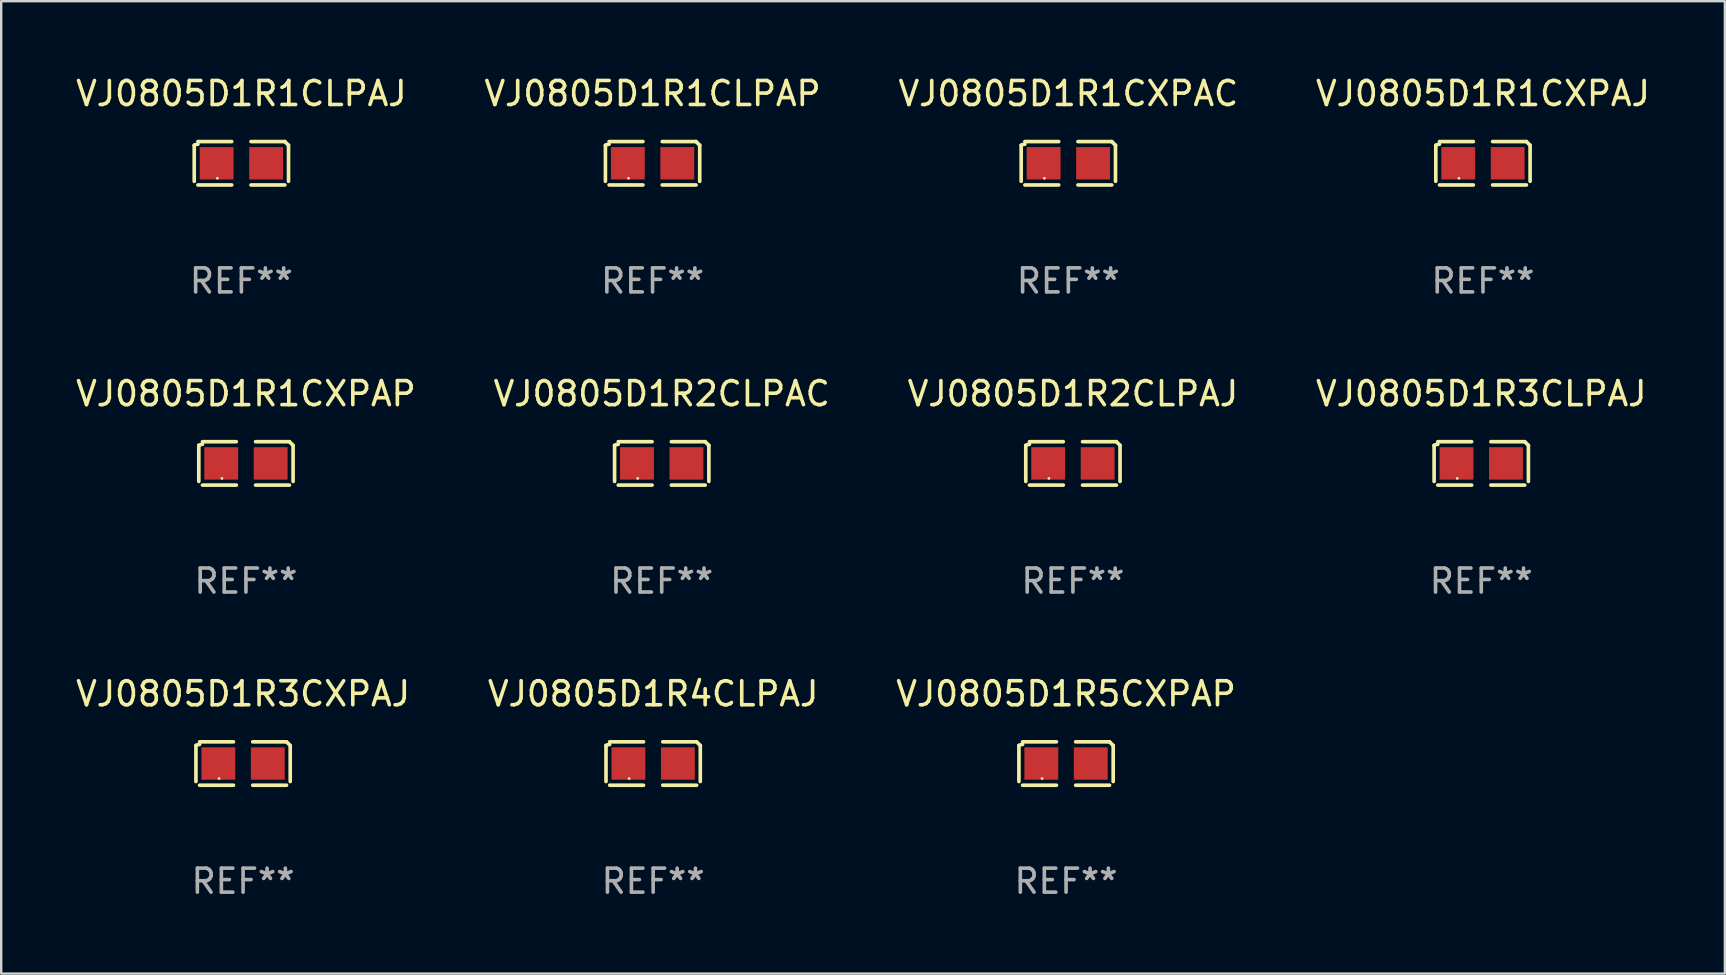
<source format=kicad_pcb>
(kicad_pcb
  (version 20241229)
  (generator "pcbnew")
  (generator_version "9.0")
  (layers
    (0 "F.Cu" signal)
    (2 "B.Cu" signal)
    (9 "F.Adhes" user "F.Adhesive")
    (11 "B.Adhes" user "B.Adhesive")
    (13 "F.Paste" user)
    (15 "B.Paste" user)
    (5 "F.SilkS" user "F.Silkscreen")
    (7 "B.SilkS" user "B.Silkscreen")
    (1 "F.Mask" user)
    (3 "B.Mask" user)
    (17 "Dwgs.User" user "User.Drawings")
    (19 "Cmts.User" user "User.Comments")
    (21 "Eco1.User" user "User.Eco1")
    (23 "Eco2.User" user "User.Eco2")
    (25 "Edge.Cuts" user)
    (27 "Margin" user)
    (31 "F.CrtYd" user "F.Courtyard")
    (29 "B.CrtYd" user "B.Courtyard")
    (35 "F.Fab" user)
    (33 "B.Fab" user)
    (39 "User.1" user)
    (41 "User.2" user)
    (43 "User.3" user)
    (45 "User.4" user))
  (footprint "VJ0805D1R1CXPAP"
    (layer "F.Cu")
    (at 7.196 16.256)
    (property "Reference" "VJ0805D1R1CXPAP" (at 0 -2.904 0) (layer "F.SilkS") (effects (font (size 1 1) (thickness 0.15))))
    (attr through_hole)
    (fp_line (start -1.964 0.751) (end -1.964 -0.751) (stroke (width 0.152) (type solid)) (layer "F.SilkS"))
    (fp_line (start -1.811 -0.904) (end -0.401 -0.904) (stroke (width 0.152) (type solid)) (layer "F.SilkS"))
    (fp_line (start -0.401 0.904) (end -1.811 0.904) (stroke (width 0.152) (type solid)) (layer "F.SilkS"))
    (fp_line (start 0.401 0.904) (end 1.811 0.904) (stroke (width 0.152) (type solid)) (layer "F.SilkS"))
    (fp_line (start 1.811 -0.904) (end 0.401 -0.904) (stroke (width 0.152) (type solid)) (layer "F.SilkS"))
    (fp_line (start 1.964 0.751) (end 1.964 -0.751) (stroke (width 0.152) (type solid)) (layer "F.SilkS"))
    (fp_arc (start -1.963602 -0.751207) (mid -1.890354 -0.783131) (end -1.811201 -0.794044) (stroke (width 0.1524) (type solid)) (layer "F.SilkS"))
    (fp_arc (start 1.811202 -0.903607) (mid 1.887413 -0.827418) (end 1.963602 -0.751207) (stroke (width 0.1524) (type solid)) (layer "F.SilkS"))
    (fp_circle (center -1 0.625) (end -0.97 0.625) (stroke (width 0.06) (type solid)) (fill no) (layer "F.SilkS"))
    (fp_text user "REF**" (at 0 4.904 0) (layer "F.Fab") (effects (font (size 1 1) (thickness 0.15))))
    (pad "1" smd rect (at -1.03 0) (size 1.41 1.35) (layers "F.Cu" "F.Mask" "F.Paste"))
    (pad "2" smd rect (at 1.03 0) (size 1.41 1.35) (layers "F.Cu" "F.Mask" "F.Paste")))
  (footprint "VJ0805D1R1CLPAP"
    (layer "F.Cu")
    (at 24.137 3.752)
    (property "Reference" "VJ0805D1R1CLPAP" (at 0 -2.904 0) (layer "F.SilkS") (effects (font (size 1 1) (thickness 0.15))))
    (attr through_hole)
    (fp_line (start -1.964 0.751) (end -1.964 -0.751) (stroke (width 0.152) (type solid)) (layer "F.SilkS"))
    (fp_line (start -1.811 -0.904) (end -0.401 -0.904) (stroke (width 0.152) (type solid)) (layer "F.SilkS"))
    (fp_line (start -0.401 0.904) (end -1.811 0.904) (stroke (width 0.152) (type solid)) (layer "F.SilkS"))
    (fp_line (start 0.401 0.904) (end 1.811 0.904) (stroke (width 0.152) (type solid)) (layer "F.SilkS"))
    (fp_line (start 1.811 -0.904) (end 0.401 -0.904) (stroke (width 0.152) (type solid)) (layer "F.SilkS"))
    (fp_line (start 1.964 0.751) (end 1.964 -0.751) (stroke (width 0.152) (type solid)) (layer "F.SilkS"))
    (fp_arc (start -1.963602 -0.751207) (mid -1.890354 -0.783131) (end -1.811201 -0.794044) (stroke (width 0.1524) (type solid)) (layer "F.SilkS"))
    (fp_arc (start 1.811202 -0.903607) (mid 1.887413 -0.827418) (end 1.963602 -0.751207) (stroke (width 0.1524) (type solid)) (layer "F.SilkS"))
    (fp_circle (center -1 0.625) (end -0.97 0.625) (stroke (width 0.06) (type solid)) (fill no) (layer "F.SilkS"))
    (fp_text user "REF**" (at 0 4.904 0) (layer "F.Fab") (effects (font (size 1 1) (thickness 0.15))))
    (pad "1" smd rect (at -1.03 0) (size 1.41 1.35) (layers "F.Cu" "F.Mask" "F.Paste"))
    (pad "2" smd rect (at 1.03 0) (size 1.41 1.35) (layers "F.Cu" "F.Mask" "F.Paste")))
  (footprint "VJ0805D1R3CXPAJ"
    (layer "F.Cu")
    (at 7.077 28.759)
    (property "Reference" "VJ0805D1R3CXPAJ" (at 0 -2.904 0) (layer "F.SilkS") (effects (font (size 1 1) (thickness 0.15))))
    (attr through_hole)
    (fp_line (start -1.964 0.751) (end -1.964 -0.751) (stroke (width 0.152) (type solid)) (layer "F.SilkS"))
    (fp_line (start -1.811 -0.904) (end -0.401 -0.904) (stroke (width 0.152) (type solid)) (layer "F.SilkS"))
    (fp_line (start -0.401 0.904) (end -1.811 0.904) (stroke (width 0.152) (type solid)) (layer "F.SilkS"))
    (fp_line (start 0.401 0.904) (end 1.811 0.904) (stroke (width 0.152) (type solid)) (layer "F.SilkS"))
    (fp_line (start 1.811 -0.904) (end 0.401 -0.904) (stroke (width 0.152) (type solid)) (layer "F.SilkS"))
    (fp_line (start 1.964 0.751) (end 1.964 -0.751) (stroke (width 0.152) (type solid)) (layer "F.SilkS"))
    (fp_arc (start -1.963602 -0.751207) (mid -1.890354 -0.783131) (end -1.811201 -0.794044) (stroke (width 0.1524) (type solid)) (layer "F.SilkS"))
    (fp_arc (start 1.811202 -0.903607) (mid 1.887413 -0.827418) (end 1.963602 -0.751207) (stroke (width 0.1524) (type solid)) (layer "F.SilkS"))
    (fp_circle (center -1 0.625) (end -0.97 0.625) (stroke (width 0.06) (type solid)) (fill no) (layer "F.SilkS"))
    (fp_text user "REF**" (at 0 4.904 0) (layer "F.Fab") (effects (font (size 1 1) (thickness 0.15))))
    (pad "1" smd rect (at -1.03 0) (size 1.41 1.35) (layers "F.Cu" "F.Mask" "F.Paste"))
    (pad "2" smd rect (at 1.03 0) (size 1.41 1.35) (layers "F.Cu" "F.Mask" "F.Paste")))
  (footprint "VJ0805D1R4CLPAJ"
    (layer "F.Cu")
    (at 24.161 28.759)
    (property "Reference" "VJ0805D1R4CLPAJ" (at 0 -2.904 0) (layer "F.SilkS") (effects (font (size 1 1) (thickness 0.15))))
    (attr through_hole)
    (fp_line (start -1.964 0.751) (end -1.964 -0.751) (stroke (width 0.152) (type solid)) (layer "F.SilkS"))
    (fp_line (start -1.811 -0.904) (end -0.401 -0.904) (stroke (width 0.152) (type solid)) (layer "F.SilkS"))
    (fp_line (start -0.401 0.904) (end -1.811 0.904) (stroke (width 0.152) (type solid)) (layer "F.SilkS"))
    (fp_line (start 0.401 0.904) (end 1.811 0.904) (stroke (width 0.152) (type solid)) (layer "F.SilkS"))
    (fp_line (start 1.811 -0.904) (end 0.401 -0.904) (stroke (width 0.152) (type solid)) (layer "F.SilkS"))
    (fp_line (start 1.964 0.751) (end 1.964 -0.751) (stroke (width 0.152) (type solid)) (layer "F.SilkS"))
    (fp_arc (start -1.963602 -0.751207) (mid -1.890354 -0.783131) (end -1.811201 -0.794044) (stroke (width 0.1524) (type solid)) (layer "F.SilkS"))
    (fp_arc (start 1.811202 -0.903607) (mid 1.887413 -0.827418) (end 1.963602 -0.751207) (stroke (width 0.1524) (type solid)) (layer "F.SilkS"))
    (fp_circle (center -1 0.625) (end -0.97 0.625) (stroke (width 0.06) (type solid)) (fill no) (layer "F.SilkS"))
    (fp_text user "REF**" (at 0 4.904 0) (layer "F.Fab") (effects (font (size 1 1) (thickness 0.15))))
    (pad "1" smd rect (at -1.03 0) (size 1.41 1.35) (layers "F.Cu" "F.Mask" "F.Paste"))
    (pad "2" smd rect (at 1.03 0) (size 1.41 1.35) (layers "F.Cu" "F.Mask" "F.Paste")))
  (footprint "VJ0805D1R5CXPAP"
    (layer "F.Cu")
    (at 41.363 28.759)
    (property "Reference" "VJ0805D1R5CXPAP" (at 0 -2.904 0) (layer "F.SilkS") (effects (font (size 1 1) (thickness 0.15))))
    (attr through_hole)
    (fp_line (start -1.964 0.751) (end -1.964 -0.751) (stroke (width 0.152) (type solid)) (layer "F.SilkS"))
    (fp_line (start -1.811 -0.904) (end -0.401 -0.904) (stroke (width 0.152) (type solid)) (layer "F.SilkS"))
    (fp_line (start -0.401 0.904) (end -1.811 0.904) (stroke (width 0.152) (type solid)) (layer "F.SilkS"))
    (fp_line (start 0.401 0.904) (end 1.811 0.904) (stroke (width 0.152) (type solid)) (layer "F.SilkS"))
    (fp_line (start 1.811 -0.904) (end 0.401 -0.904) (stroke (width 0.152) (type solid)) (layer "F.SilkS"))
    (fp_line (start 1.964 0.751) (end 1.964 -0.751) (stroke (width 0.152) (type solid)) (layer "F.SilkS"))
    (fp_arc (start -1.963602 -0.751207) (mid -1.890354 -0.783131) (end -1.811201 -0.794044) (stroke (width 0.1524) (type solid)) (layer "F.SilkS"))
    (fp_arc (start 1.811202 -0.903607) (mid 1.887413 -0.827418) (end 1.963602 -0.751207) (stroke (width 0.1524) (type solid)) (layer "F.SilkS"))
    (fp_circle (center -1 0.625) (end -0.97 0.625) (stroke (width 0.06) (type solid)) (fill no) (layer "F.SilkS"))
    (fp_text user "REF**" (at 0 4.904 0) (layer "F.Fab") (effects (font (size 1 1) (thickness 0.15))))
    (pad "1" smd rect (at -1.03 0) (size 1.41 1.35) (layers "F.Cu" "F.Mask" "F.Paste"))
    (pad "2" smd rect (at 1.03 0) (size 1.41 1.35) (layers "F.Cu" "F.Mask" "F.Paste")))
  (footprint "VJ0805D1R3CLPAJ"
    (layer "F.Cu")
    (at 58.661 16.256)
    (property "Reference" "VJ0805D1R3CLPAJ" (at 0 -2.904 0) (layer "F.SilkS") (effects (font (size 1 1) (thickness 0.15))))
    (attr through_hole)
    (fp_line (start -1.964 0.751) (end -1.964 -0.751) (stroke (width 0.152) (type solid)) (layer "F.SilkS"))
    (fp_line (start -1.811 -0.904) (end -0.401 -0.904) (stroke (width 0.152) (type solid)) (layer "F.SilkS"))
    (fp_line (start -0.401 0.904) (end -1.811 0.904) (stroke (width 0.152) (type solid)) (layer "F.SilkS"))
    (fp_line (start 0.401 0.904) (end 1.811 0.904) (stroke (width 0.152) (type solid)) (layer "F.SilkS"))
    (fp_line (start 1.811 -0.904) (end 0.401 -0.904) (stroke (width 0.152) (type solid)) (layer "F.SilkS"))
    (fp_line (start 1.964 0.751) (end 1.964 -0.751) (stroke (width 0.152) (type solid)) (layer "F.SilkS"))
    (fp_arc (start -1.963602 -0.751207) (mid -1.890354 -0.783131) (end -1.811201 -0.794044) (stroke (width 0.1524) (type solid)) (layer "F.SilkS"))
    (fp_arc (start 1.811202 -0.903607) (mid 1.887413 -0.827418) (end 1.963602 -0.751207) (stroke (width 0.1524) (type solid)) (layer "F.SilkS"))
    (fp_circle (center -1 0.625) (end -0.97 0.625) (stroke (width 0.06) (type solid)) (fill no) (layer "F.SilkS"))
    (fp_text user "REF**" (at 0 4.904 0) (layer "F.Fab") (effects (font (size 1 1) (thickness 0.15))))
    (pad "1" smd rect (at -1.03 0) (size 1.41 1.35) (layers "F.Cu" "F.Mask" "F.Paste"))
    (pad "2" smd rect (at 1.03 0) (size 1.41 1.35) (layers "F.Cu" "F.Mask" "F.Paste")))
  (footprint "VJ0805D1R1CXPAJ"
    (layer "F.Cu")
    (at 58.732 3.752)
    (property "Reference" "VJ0805D1R1CXPAJ" (at 0 -2.904 0) (layer "F.SilkS") (effects (font (size 1 1) (thickness 0.15))))
    (attr through_hole)
    (fp_line (start -1.964 0.751) (end -1.964 -0.751) (stroke (width 0.152) (type solid)) (layer "F.SilkS"))
    (fp_line (start -1.811 -0.904) (end -0.401 -0.904) (stroke (width 0.152) (type solid)) (layer "F.SilkS"))
    (fp_line (start -0.401 0.904) (end -1.811 0.904) (stroke (width 0.152) (type solid)) (layer "F.SilkS"))
    (fp_line (start 0.401 0.904) (end 1.811 0.904) (stroke (width 0.152) (type solid)) (layer "F.SilkS"))
    (fp_line (start 1.811 -0.904) (end 0.401 -0.904) (stroke (width 0.152) (type solid)) (layer "F.SilkS"))
    (fp_line (start 1.964 0.751) (end 1.964 -0.751) (stroke (width 0.152) (type solid)) (layer "F.SilkS"))
    (fp_arc (start -1.963602 -0.751207) (mid -1.890354 -0.783131) (end -1.811201 -0.794044) (stroke (width 0.1524) (type solid)) (layer "F.SilkS"))
    (fp_arc (start 1.811202 -0.903607) (mid 1.887413 -0.827418) (end 1.963602 -0.751207) (stroke (width 0.1524) (type solid)) (layer "F.SilkS"))
    (fp_circle (center -1 0.625) (end -0.97 0.625) (stroke (width 0.06) (type solid)) (fill no) (layer "F.SilkS"))
    (fp_text user "REF**" (at 0 4.904 0) (layer "F.Fab") (effects (font (size 1 1) (thickness 0.15))))
    (pad "1" smd rect (at -1.03 0) (size 1.41 1.35) (layers "F.Cu" "F.Mask" "F.Paste"))
    (pad "2" smd rect (at 1.03 0) (size 1.41 1.35) (layers "F.Cu" "F.Mask" "F.Paste")))
  (footprint "VJ0805D1R1CXPAC"
    (layer "F.Cu")
    (at 41.458 3.752)
    (property "Reference" "VJ0805D1R1CXPAC" (at 0 -2.904 0) (layer "F.SilkS") (effects (font (size 1 1) (thickness 0.15))))
    (attr through_hole)
    (fp_line (start -1.964 0.751) (end -1.964 -0.751) (stroke (width 0.152) (type solid)) (layer "F.SilkS"))
    (fp_line (start -1.811 -0.904) (end -0.401 -0.904) (stroke (width 0.152) (type solid)) (layer "F.SilkS"))
    (fp_line (start -0.401 0.904) (end -1.811 0.904) (stroke (width 0.152) (type solid)) (layer "F.SilkS"))
    (fp_line (start 0.401 0.904) (end 1.811 0.904) (stroke (width 0.152) (type solid)) (layer "F.SilkS"))
    (fp_line (start 1.811 -0.904) (end 0.401 -0.904) (stroke (width 0.152) (type solid)) (layer "F.SilkS"))
    (fp_line (start 1.964 0.751) (end 1.964 -0.751) (stroke (width 0.152) (type solid)) (layer "F.SilkS"))
    (fp_arc (start -1.963602 -0.751207) (mid -1.890354 -0.783131) (end -1.811201 -0.794044) (stroke (width 0.1524) (type solid)) (layer "F.SilkS"))
    (fp_arc (start 1.811202 -0.903607) (mid 1.887413 -0.827418) (end 1.963602 -0.751207) (stroke (width 0.1524) (type solid)) (layer "F.SilkS"))
    (fp_circle (center -1 0.625) (end -0.97 0.625) (stroke (width 0.06) (type solid)) (fill no) (layer "F.SilkS"))
    (fp_text user "REF**" (at 0 4.904 0) (layer "F.Fab") (effects (font (size 1 1) (thickness 0.15))))
    (pad "1" smd rect (at -1.03 0) (size 1.41 1.35) (layers "F.Cu" "F.Mask" "F.Paste"))
    (pad "2" smd rect (at 1.03 0) (size 1.41 1.35) (layers "F.Cu" "F.Mask" "F.Paste")))
  (footprint "VJ0805D1R2CLPAC"
    (layer "F.Cu")
    (at 24.518 16.256)
    (property "Reference" "VJ0805D1R2CLPAC" (at 0 -2.904 0) (layer "F.SilkS") (effects (font (size 1 1) (thickness 0.15))))
    (attr through_hole)
    (fp_line (start -1.964 0.751) (end -1.964 -0.751) (stroke (width 0.152) (type solid)) (layer "F.SilkS"))
    (fp_line (start -1.811 -0.904) (end -0.401 -0.904) (stroke (width 0.152) (type solid)) (layer "F.SilkS"))
    (fp_line (start -0.401 0.904) (end -1.811 0.904) (stroke (width 0.152) (type solid)) (layer "F.SilkS"))
    (fp_line (start 0.401 0.904) (end 1.811 0.904) (stroke (width 0.152) (type solid)) (layer "F.SilkS"))
    (fp_line (start 1.811 -0.904) (end 0.401 -0.904) (stroke (width 0.152) (type solid)) (layer "F.SilkS"))
    (fp_line (start 1.964 0.751) (end 1.964 -0.751) (stroke (width 0.152) (type solid)) (layer "F.SilkS"))
    (fp_arc (start -1.963602 -0.751207) (mid -1.890354 -0.783131) (end -1.811201 -0.794044) (stroke (width 0.1524) (type solid)) (layer "F.SilkS"))
    (fp_arc (start 1.811202 -0.903607) (mid 1.887413 -0.827418) (end 1.963602 -0.751207) (stroke (width 0.1524) (type solid)) (layer "F.SilkS"))
    (fp_circle (center -1 0.625) (end -0.97 0.625) (stroke (width 0.06) (type solid)) (fill no) (layer "F.SilkS"))
    (fp_text user "REF**" (at 0 4.904 0) (layer "F.Fab") (effects (font (size 1 1) (thickness 0.15))))
    (pad "1" smd rect (at -1.03 0) (size 1.41 1.35) (layers "F.Cu" "F.Mask" "F.Paste"))
    (pad "2" smd rect (at 1.03 0) (size 1.41 1.35) (layers "F.Cu" "F.Mask" "F.Paste")))
  (footprint "VJ0805D1R1CLPAJ"
    (layer "F.Cu")
    (at 7.006 3.752)
    (property "Reference" "VJ0805D1R1CLPAJ" (at 0 -2.904 0) (layer "F.SilkS") (effects (font (size 1 1) (thickness 0.15))))
    (attr through_hole)
    (fp_line (start -1.964 0.751) (end -1.964 -0.751) (stroke (width 0.152) (type solid)) (layer "F.SilkS"))
    (fp_line (start -1.811 -0.904) (end -0.401 -0.904) (stroke (width 0.152) (type solid)) (layer "F.SilkS"))
    (fp_line (start -0.401 0.904) (end -1.811 0.904) (stroke (width 0.152) (type solid)) (layer "F.SilkS"))
    (fp_line (start 0.401 0.904) (end 1.811 0.904) (stroke (width 0.152) (type solid)) (layer "F.SilkS"))
    (fp_line (start 1.811 -0.904) (end 0.401 -0.904) (stroke (width 0.152) (type solid)) (layer "F.SilkS"))
    (fp_line (start 1.964 0.751) (end 1.964 -0.751) (stroke (width 0.152) (type solid)) (layer "F.SilkS"))
    (fp_arc (start -1.963602 -0.751207) (mid -1.890354 -0.783131) (end -1.811201 -0.794044) (stroke (width 0.1524) (type solid)) (layer "F.SilkS"))
    (fp_arc (start 1.811202 -0.903607) (mid 1.887413 -0.827418) (end 1.963602 -0.751207) (stroke (width 0.1524) (type solid)) (layer "F.SilkS"))
    (fp_circle (center -1 0.625) (end -0.97 0.625) (stroke (width 0.06) (type solid)) (fill no) (layer "F.SilkS"))
    (fp_text user "REF**" (at 0 4.904 0) (layer "F.Fab") (effects (font (size 1 1) (thickness 0.15))))
    (pad "1" smd rect (at -1.03 0) (size 1.41 1.35) (layers "F.Cu" "F.Mask" "F.Paste"))
    (pad "2" smd rect (at 1.03 0) (size 1.41 1.35) (layers "F.Cu" "F.Mask" "F.Paste")))
  (footprint "VJ0805D1R2CLPAJ"
    (layer "F.Cu")
    (at 41.649 16.256)
    (property "Reference" "VJ0805D1R2CLPAJ" (at 0 -2.904 0) (layer "F.SilkS") (effects (font (size 1 1) (thickness 0.15))))
    (attr through_hole)
    (fp_line (start -1.964 0.751) (end -1.964 -0.751) (stroke (width 0.152) (type solid)) (layer "F.SilkS"))
    (fp_line (start -1.811 -0.904) (end -0.401 -0.904) (stroke (width 0.152) (type solid)) (layer "F.SilkS"))
    (fp_line (start -0.401 0.904) (end -1.811 0.904) (stroke (width 0.152) (type solid)) (layer "F.SilkS"))
    (fp_line (start 0.401 0.904) (end 1.811 0.904) (stroke (width 0.152) (type solid)) (layer "F.SilkS"))
    (fp_line (start 1.811 -0.904) (end 0.401 -0.904) (stroke (width 0.152) (type solid)) (layer "F.SilkS"))
    (fp_line (start 1.964 0.751) (end 1.964 -0.751) (stroke (width 0.152) (type solid)) (layer "F.SilkS"))
    (fp_arc (start -1.963602 -0.751207) (mid -1.890354 -0.783131) (end -1.811201 -0.794044) (stroke (width 0.1524) (type solid)) (layer "F.SilkS"))
    (fp_arc (start 1.811202 -0.903607) (mid 1.887413 -0.827418) (end 1.963602 -0.751207) (stroke (width 0.1524) (type solid)) (layer "F.SilkS"))
    (fp_circle (center -1 0.625) (end -0.97 0.625) (stroke (width 0.06) (type solid)) (fill no) (layer "F.SilkS"))
    (fp_text user "REF**" (at 0 4.904 0) (layer "F.Fab") (effects (font (size 1 1) (thickness 0.15))))
    (pad "1" smd rect (at -1.03 0) (size 1.41 1.35) (layers "F.Cu" "F.Mask" "F.Paste"))
    (pad "2" smd rect (at 1.03 0) (size 1.41 1.35) (layers "F.Cu" "F.Mask" "F.Paste")))
  (gr_rect
    (start -3 -3)
    (end 68.81 37.511)
    (stroke (width 0.1) (type default))
    (fill no)
    (layer "Edge.Cuts")))
</source>
